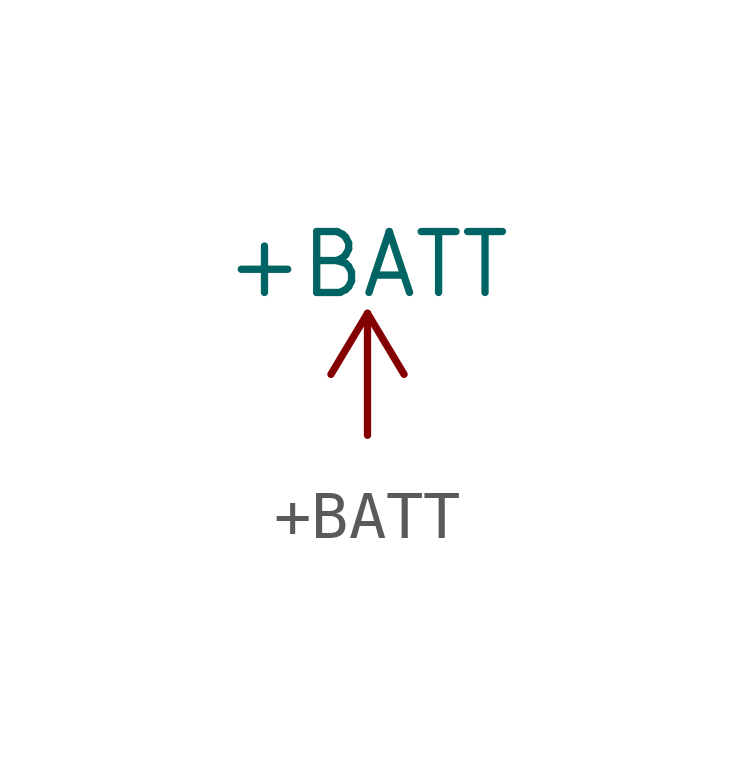
<source format=kicad_sym>
(kicad_symbol_lib
  (version 20201005)
  (generator kicad_symbol_editor)
  (symbol "+BATT"
    (power)
    (pin_names
      (offset 0))
    (property "Reference" "#PWR"
      (at 0 -3.81 0)
      (effects (font (size 1.27 1.27)) hide))
    (property "Value" "+BATT"
      (at 0 3.556 0)
      (effects (font (size 1.27 1.27))))
    (symbol "+BATT_0_1"
      (polyline (pts (xy -0.762 1.27) (xy 0 2.54)) (stroke (width 0)) (fill (type none)))
      (polyline (pts (xy 0 0) (xy 0 2.54)) (stroke (width 0)) (fill (type none)))
      (polyline (pts (xy 0 2.54) (xy 0.762 1.27)) (stroke (width 0)) (fill (type none))))
    (symbol "+BATT_1_1"
      (pin power_in line (at 0 0 90) (length 0) hide (name "+BATT" (effects (font (size 1.27 1.27)))) (number "1" (effects (font (size 1.27 1.27))))))))
</source>
